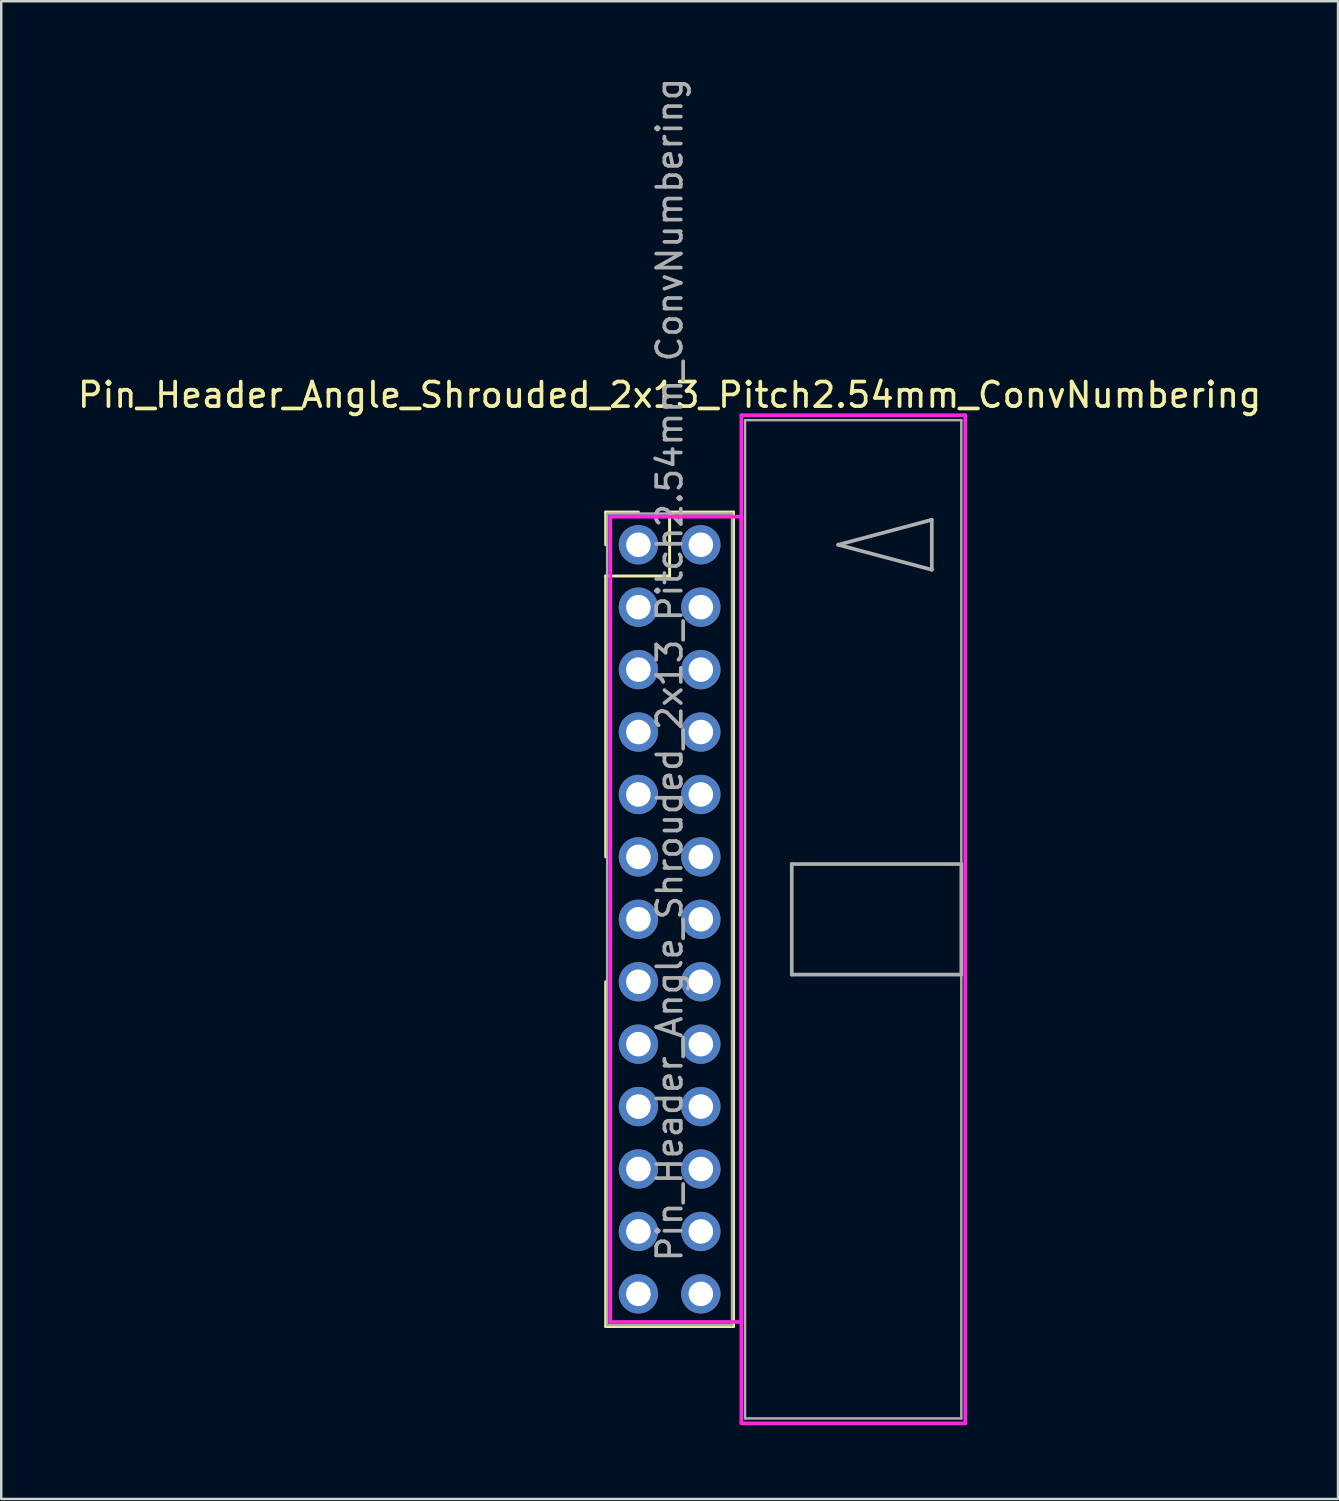
<source format=kicad_pcb>
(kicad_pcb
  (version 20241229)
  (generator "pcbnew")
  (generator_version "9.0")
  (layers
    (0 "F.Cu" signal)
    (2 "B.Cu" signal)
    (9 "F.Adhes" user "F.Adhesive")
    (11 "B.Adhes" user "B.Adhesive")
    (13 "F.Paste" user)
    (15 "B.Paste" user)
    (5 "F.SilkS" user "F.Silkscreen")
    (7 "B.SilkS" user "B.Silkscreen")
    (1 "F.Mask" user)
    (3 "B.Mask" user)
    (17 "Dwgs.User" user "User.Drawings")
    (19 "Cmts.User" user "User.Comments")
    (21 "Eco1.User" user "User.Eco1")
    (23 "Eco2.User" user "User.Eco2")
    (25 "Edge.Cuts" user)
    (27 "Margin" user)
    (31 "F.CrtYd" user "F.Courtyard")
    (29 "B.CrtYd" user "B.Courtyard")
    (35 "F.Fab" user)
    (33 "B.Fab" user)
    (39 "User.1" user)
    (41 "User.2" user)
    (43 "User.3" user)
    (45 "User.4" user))
  (footprint "Pin_Header_Angle_Shrouded_2x13_Pitch2.54mm_ConvNumbering"
    (layer "F.Cu")
    (at 22.926 19.116)
    (property "Reference" "Pin_Header_Angle_Shrouded_2x13_Pitch2.54mm_ConvNumbering" (at 1.27 -6.096 0) (layer "F.SilkS") (effects (font (size 1 1) (thickness 0.15))))
    (attr through_hole)
    (fp_line (start -1.33 -1.33) (end 0 -1.33) (stroke (width 0.12) (type solid)) (layer "F.SilkS"))
    (fp_line (start -1.33 0) (end -1.33 -1.33) (stroke (width 0.12) (type solid)) (layer "F.SilkS"))
    (fp_line (start -1.33 1.27) (end -1.33 12.7) (stroke (width 0.12) (type solid)) (layer "F.SilkS"))
    (fp_line (start -1.33 1.27) (end 1.27 1.27) (stroke (width 0.12) (type solid)) (layer "F.SilkS"))
    (fp_line (start -1.33 17.78) (end -1.33 31.81) (stroke (width 0.12) (type solid)) (layer "F.SilkS"))
    (fp_line (start -1.33 31.81) (end 3.87 31.81) (stroke (width 0.12) (type solid)) (layer "F.SilkS"))
    (fp_line (start 1.27 -1.33) (end 3.87 -1.33) (stroke (width 0.12) (type solid)) (layer "F.SilkS"))
    (fp_line (start 1.27 1.27) (end 1.27 -1.33) (stroke (width 0.12) (type solid)) (layer "F.SilkS"))
    (fp_line (start 3.87 -1.33) (end 3.87 31.81) (stroke (width 0.12) (type solid)) (layer "F.SilkS"))
    (fp_line (start -1.143 -1.143) (end -1.143 31.623) (stroke (width 0.15) (type solid)) (layer "F.CrtYd"))
    (fp_line (start -1.143 31.623) (end 4.19 31.623) (stroke (width 0.15) (type solid)) (layer "F.CrtYd"))
    (fp_line (start 4.19 -5.27) (end 4.19 35.75) (stroke (width 0.15) (type solid)) (layer "F.CrtYd"))
    (fp_line (start 4.19 -1.143) (end -1.143 -1.143) (stroke (width 0.15) (type solid)) (layer "F.CrtYd"))
    (fp_line (start 4.19 31.623) (end 4.19 -1.143) (stroke (width 0.15) (type solid)) (layer "F.CrtYd"))
    (fp_line (start 4.19 35.75) (end 13.3 35.75) (stroke (width 0.15) (type solid)) (layer "F.CrtYd"))
    (fp_line (start 13.3 -5.27) (end 4.19 -5.27) (stroke (width 0.15) (type solid)) (layer "F.CrtYd"))
    (fp_line (start 13.3 35.75) (end 13.3 -5.27) (stroke (width 0.15) (type solid)) (layer "F.CrtYd"))
    (fp_line (start -1.27 -1.27) (end -1.27 31.75) (stroke (width 0.1) (type solid)) (layer "F.Fab"))
    (fp_line (start -1.27 31.75) (end 3.81 31.75) (stroke (width 0.1) (type solid)) (layer "F.Fab"))
    (fp_line (start 3.81 -1.27) (end -1.27 -1.27) (stroke (width 0.1) (type solid)) (layer "F.Fab"))
    (fp_line (start 3.81 31.75) (end 3.81 -1.27) (stroke (width 0.1) (type solid)) (layer "F.Fab"))
    (fp_line (start 4.34 -5.07) (end 4.34 35.55) (stroke (width 0.1) (type solid)) (layer "F.Fab"))
    (fp_line (start 4.34 35.55) (end 13.14 35.55) (stroke (width 0.1) (type solid)) (layer "F.Fab"))
    (fp_line (start 6.24 12.99) (end 6.24 17.49) (stroke (width 0.15) (type solid)) (layer "F.Fab"))
    (fp_line (start 6.24 17.49) (end 13.14 17.49) (stroke (width 0.15) (type solid)) (layer "F.Fab"))
    (fp_line (start 8.128 0) (end 11.938 -1.016) (stroke (width 0.15) (type solid)) (layer "F.Fab"))
    (fp_line (start 11.938 -1.016) (end 11.938 1.016) (stroke (width 0.15) (type solid)) (layer "F.Fab"))
    (fp_line (start 11.938 1.016) (end 8.128 0) (stroke (width 0.15) (type solid)) (layer "F.Fab"))
    (fp_line (start 13.14 -5.07) (end 4.34 -5.07) (stroke (width 0.1) (type solid)) (layer "F.Fab"))
    (fp_line (start 13.14 12.99) (end 6.24 12.99) (stroke (width 0.15) (type solid)) (layer "F.Fab"))
    (fp_line (start 13.14 17.49) (end 13.14 12.99) (stroke (width 0.15) (type solid)) (layer "F.Fab"))
    (fp_line (start 13.14 35.55) (end 13.14 -5.07) (stroke (width 0.1) (type solid)) (layer "F.Fab"))
    (fp_text user "${REFERENCE}" (at 1.27 5.08 90) (layer "F.Fab") (effects (font (size 1 1) (thickness 0.15))))
    (pad "1" thru_hole oval (at 0 0) (size 1.6 1.6) (drill 1) (layers "*.Cu" "*.Mask"))
    (pad "2" thru_hole oval (at 2.54 0) (size 1.6 1.6) (drill 1) (layers "*.Cu" "*.Mask"))
    (pad "3" thru_hole oval (at 0 2.54) (size 1.6 1.6) (drill 1) (layers "*.Cu" "*.Mask"))
    (pad "4" thru_hole oval (at 2.54 2.54) (size 1.6 1.6) (drill 1) (layers "*.Cu" "*.Mask"))
    (pad "5" thru_hole oval (at 0 5.08) (size 1.6 1.6) (drill 1) (layers "*.Cu" "*.Mask"))
    (pad "6" thru_hole oval (at 2.54 5.08) (size 1.6 1.6) (drill 1) (layers "*.Cu" "*.Mask"))
    (pad "7" thru_hole oval (at 0 7.62) (size 1.6 1.6) (drill 1) (layers "*.Cu" "*.Mask"))
    (pad "8" thru_hole oval (at 2.54 7.62) (size 1.6 1.6) (drill 1) (layers "*.Cu" "*.Mask"))
    (pad "9" thru_hole oval (at 0 10.16) (size 1.6 1.6) (drill 1) (layers "*.Cu" "*.Mask"))
    (pad "10" thru_hole oval (at 2.54 10.16) (size 1.6 1.6) (drill 1) (layers "*.Cu" "*.Mask"))
    (pad "11" thru_hole oval (at 0 12.7) (size 1.6 1.6) (drill 1) (layers "*.Cu" "*.Mask"))
    (pad "12" thru_hole oval (at 2.54 12.7) (size 1.6 1.6) (drill 1) (layers "*.Cu" "*.Mask"))
    (pad "13" thru_hole oval (at 0 15.24) (size 1.6 1.6) (drill 1) (layers "*.Cu" "*.Mask"))
    (pad "14" thru_hole oval (at 2.54 15.24) (size 1.6 1.6) (drill 1) (layers "*.Cu" "*.Mask"))
    (pad "15" thru_hole oval (at 0 17.78) (size 1.6 1.6) (drill 1) (layers "*.Cu" "*.Mask"))
    (pad "16" thru_hole oval (at 2.54 17.78) (size 1.6 1.6) (drill 1) (layers "*.Cu" "*.Mask"))
    (pad "17" thru_hole oval (at 0 20.32) (size 1.6 1.6) (drill 1) (layers "*.Cu" "*.Mask"))
    (pad "18" thru_hole oval (at 2.54 20.32) (size 1.6 1.6) (drill 1) (layers "*.Cu" "*.Mask"))
    (pad "19" thru_hole oval (at 0 22.86) (size 1.6 1.6) (drill 1) (layers "*.Cu" "*.Mask"))
    (pad "20" thru_hole oval (at 2.54 22.86) (size 1.6 1.6) (drill 1) (layers "*.Cu" "*.Mask"))
    (pad "21" thru_hole oval (at 0 25.4) (size 1.6 1.6) (drill 1) (layers "*.Cu" "*.Mask"))
    (pad "22" thru_hole oval (at 2.54 25.4) (size 1.6 1.6) (drill 1) (layers "*.Cu" "*.Mask"))
    (pad "23" thru_hole oval (at 0 27.94) (size 1.6 1.6) (drill 1) (layers "*.Cu" "*.Mask"))
    (pad "24" thru_hole oval (at 2.54 27.94) (size 1.6 1.6) (drill 1) (layers "*.Cu" "*.Mask"))
    (pad "25" thru_hole oval (at 0 30.48) (size 1.6 1.6) (drill 1) (layers "*.Cu" "*.Mask"))
    (pad "26" thru_hole oval (at 2.54 30.48) (size 1.6 1.6) (drill 1) (layers "*.Cu" "*.Mask")))
  (gr_rect
    (start -3 -3)
    (end 51.393 57.941)
    (stroke (width 0.1) (type default))
    (fill no)
    (layer "Edge.Cuts")))
</source>
